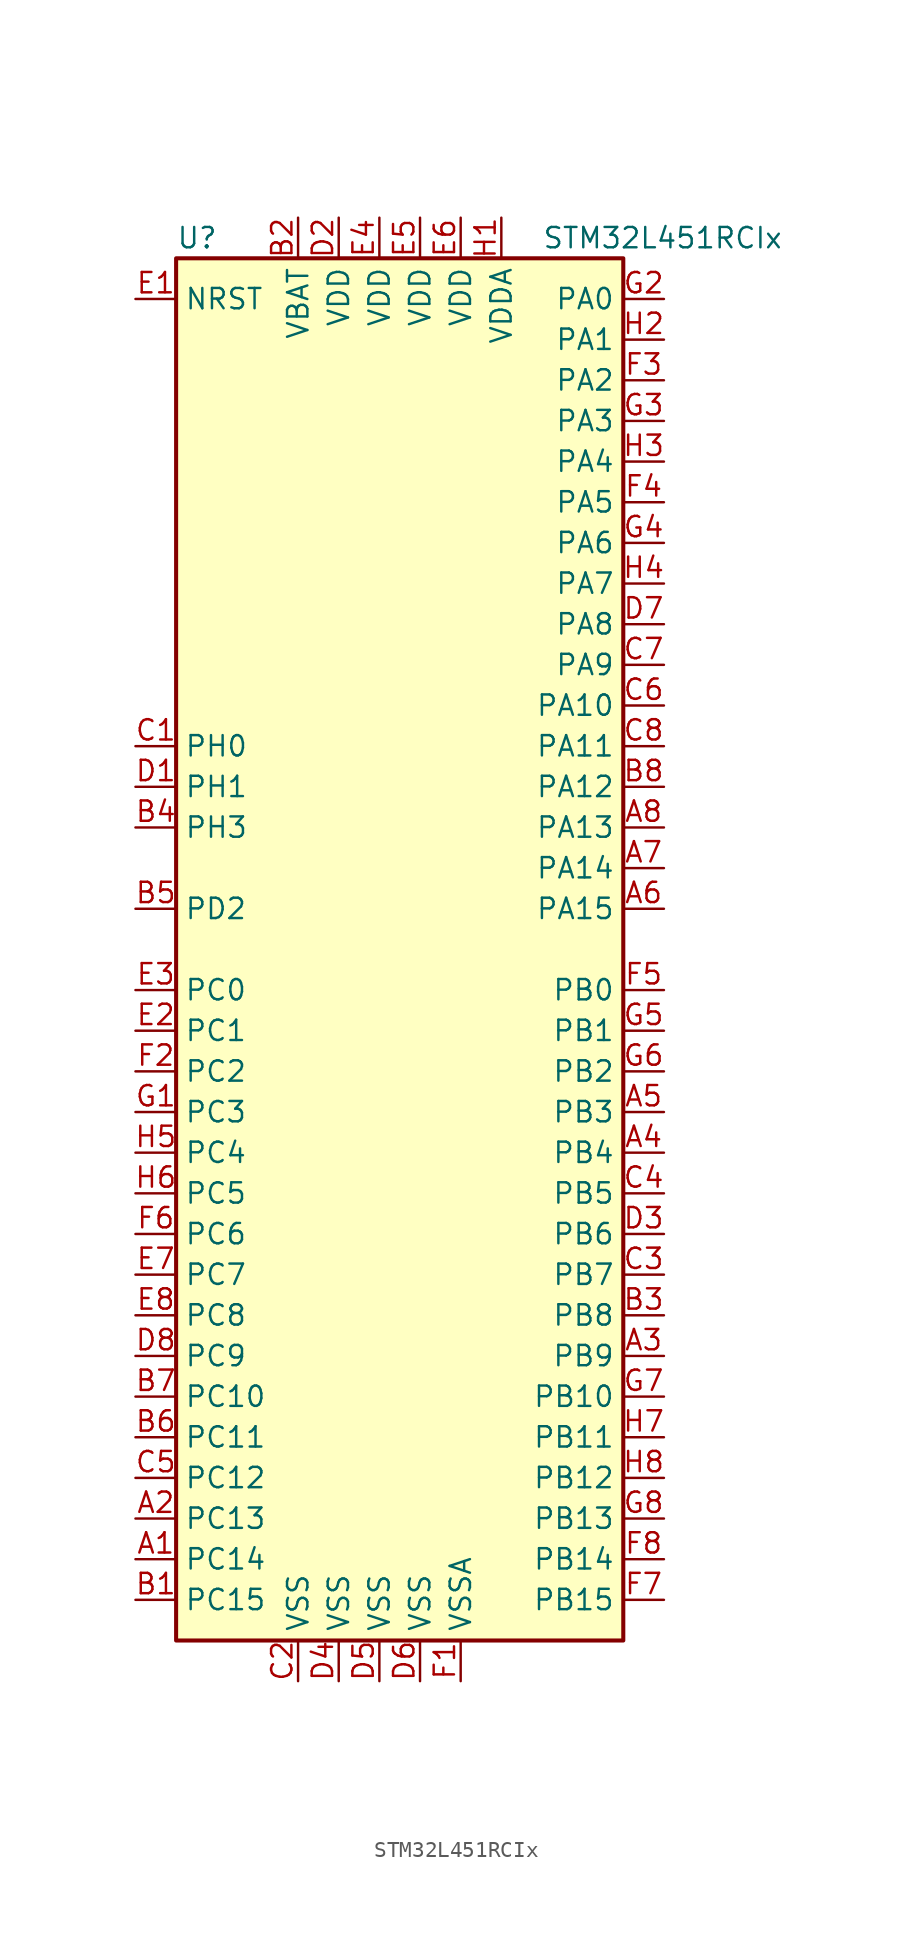
<source format=kicad_sym>
(kicad_symbol_lib
  (version 20201005)
  (generator kicad_symbol_editor)
  (symbol "STM32L451RCIx"
    (property "Reference" "U"
      (at -15.24 44.45 0)
      (effects (font (size 1.27 1.27)) (justify left)))
    (property "Value" "STM32L451RCIx"
      (at 7.62 44.45 0)
      (effects (font (size 1.27 1.27)) (justify left)))
    (symbol "STM32L451RCIx_0_1"
      (rectangle (start -15.24 -43.18) (end 12.7 43.18) (stroke (width 0.254)) (fill (type background))))
    (symbol "STM32L451RCIx_1_1"
      (pin bidirectional line (at -17.78 -38.1 0) (length 2.54) (name "PC14" (effects (font (size 1.27 1.27)))) (number "A1" (effects (font (size 1.27 1.27)))))
      (pin bidirectional line (at -17.78 -35.56 0) (length 2.54) (name "PC13" (effects (font (size 1.27 1.27)))) (number "A2" (effects (font (size 1.27 1.27)))))
      (pin bidirectional line (at 15.24 -25.4 180) (length 2.54) (name "PB9" (effects (font (size 1.27 1.27)))) (number "A3" (effects (font (size 1.27 1.27)))))
      (pin bidirectional line (at 15.24 -12.7 180) (length 2.54) (name "PB4" (effects (font (size 1.27 1.27)))) (number "A4" (effects (font (size 1.27 1.27)))))
      (pin bidirectional line (at 15.24 -10.16 180) (length 2.54) (name "PB3" (effects (font (size 1.27 1.27)))) (number "A5" (effects (font (size 1.27 1.27)))))
      (pin bidirectional line (at 15.24 2.54 180) (length 2.54) (name "PA15" (effects (font (size 1.27 1.27)))) (number "A6" (effects (font (size 1.27 1.27)))))
      (pin bidirectional line (at 15.24 5.08 180) (length 2.54) (name "PA14" (effects (font (size 1.27 1.27)))) (number "A7" (effects (font (size 1.27 1.27)))))
      (pin bidirectional line (at 15.24 7.62 180) (length 2.54) (name "PA13" (effects (font (size 1.27 1.27)))) (number "A8" (effects (font (size 1.27 1.27)))))
      (pin bidirectional line (at -17.78 -40.64 0) (length 2.54) (name "PC15" (effects (font (size 1.27 1.27)))) (number "B1" (effects (font (size 1.27 1.27)))))
      (pin power_in line (at -7.62 45.72 270) (length 2.54) (name "VBAT" (effects (font (size 1.27 1.27)))) (number "B2" (effects (font (size 1.27 1.27)))))
      (pin bidirectional line (at 15.24 -22.86 180) (length 2.54) (name "PB8" (effects (font (size 1.27 1.27)))) (number "B3" (effects (font (size 1.27 1.27)))))
      (pin bidirectional line (at -17.78 7.62 0) (length 2.54) (name "PH3" (effects (font (size 1.27 1.27)))) (number "B4" (effects (font (size 1.27 1.27)))))
      (pin bidirectional line (at -17.78 2.54 0) (length 2.54) (name "PD2" (effects (font (size 1.27 1.27)))) (number "B5" (effects (font (size 1.27 1.27)))))
      (pin bidirectional line (at -17.78 -30.48 0) (length 2.54) (name "PC11" (effects (font (size 1.27 1.27)))) (number "B6" (effects (font (size 1.27 1.27)))))
      (pin bidirectional line (at -17.78 -27.94 0) (length 2.54) (name "PC10" (effects (font (size 1.27 1.27)))) (number "B7" (effects (font (size 1.27 1.27)))))
      (pin bidirectional line (at 15.24 10.16 180) (length 2.54) (name "PA12" (effects (font (size 1.27 1.27)))) (number "B8" (effects (font (size 1.27 1.27)))))
      (pin input line (at -17.78 12.7 0) (length 2.54) (name "PH0" (effects (font (size 1.27 1.27)))) (number "C1" (effects (font (size 1.27 1.27)))))
      (pin power_in line (at -7.62 -45.72 90) (length 2.54) (name "VSS" (effects (font (size 1.27 1.27)))) (number "C2" (effects (font (size 1.27 1.27)))))
      (pin bidirectional line (at 15.24 -20.32 180) (length 2.54) (name "PB7" (effects (font (size 1.27 1.27)))) (number "C3" (effects (font (size 1.27 1.27)))))
      (pin bidirectional line (at 15.24 -15.24 180) (length 2.54) (name "PB5" (effects (font (size 1.27 1.27)))) (number "C4" (effects (font (size 1.27 1.27)))))
      (pin bidirectional line (at -17.78 -33.02 0) (length 2.54) (name "PC12" (effects (font (size 1.27 1.27)))) (number "C5" (effects (font (size 1.27 1.27)))))
      (pin bidirectional line (at 15.24 15.24 180) (length 2.54) (name "PA10" (effects (font (size 1.27 1.27)))) (number "C6" (effects (font (size 1.27 1.27)))))
      (pin bidirectional line (at 15.24 17.78 180) (length 2.54) (name "PA9" (effects (font (size 1.27 1.27)))) (number "C7" (effects (font (size 1.27 1.27)))))
      (pin bidirectional line (at 15.24 12.7 180) (length 2.54) (name "PA11" (effects (font (size 1.27 1.27)))) (number "C8" (effects (font (size 1.27 1.27)))))
      (pin input line (at -17.78 10.16 0) (length 2.54) (name "PH1" (effects (font (size 1.27 1.27)))) (number "D1" (effects (font (size 1.27 1.27)))))
      (pin power_in line (at -5.08 45.72 270) (length 2.54) (name "VDD" (effects (font (size 1.27 1.27)))) (number "D2" (effects (font (size 1.27 1.27)))))
      (pin bidirectional line (at 15.24 -17.78 180) (length 2.54) (name "PB6" (effects (font (size 1.27 1.27)))) (number "D3" (effects (font (size 1.27 1.27)))))
      (pin power_in line (at -5.08 -45.72 90) (length 2.54) (name "VSS" (effects (font (size 1.27 1.27)))) (number "D4" (effects (font (size 1.27 1.27)))))
      (pin power_in line (at -2.54 -45.72 90) (length 2.54) (name "VSS" (effects (font (size 1.27 1.27)))) (number "D5" (effects (font (size 1.27 1.27)))))
      (pin power_in line (at 0 -45.72 90) (length 2.54) (name "VSS" (effects (font (size 1.27 1.27)))) (number "D6" (effects (font (size 1.27 1.27)))))
      (pin bidirectional line (at 15.24 20.32 180) (length 2.54) (name "PA8" (effects (font (size 1.27 1.27)))) (number "D7" (effects (font (size 1.27 1.27)))))
      (pin bidirectional line (at -17.78 -25.4 0) (length 2.54) (name "PC9" (effects (font (size 1.27 1.27)))) (number "D8" (effects (font (size 1.27 1.27)))))
      (pin input line (at -17.78 40.64 0) (length 2.54) (name "NRST" (effects (font (size 1.27 1.27)))) (number "E1" (effects (font (size 1.27 1.27)))))
      (pin bidirectional line (at -17.78 -5.08 0) (length 2.54) (name "PC1" (effects (font (size 1.27 1.27)))) (number "E2" (effects (font (size 1.27 1.27)))))
      (pin bidirectional line (at -17.78 -2.54 0) (length 2.54) (name "PC0" (effects (font (size 1.27 1.27)))) (number "E3" (effects (font (size 1.27 1.27)))))
      (pin power_in line (at -2.54 45.72 270) (length 2.54) (name "VDD" (effects (font (size 1.27 1.27)))) (number "E4" (effects (font (size 1.27 1.27)))))
      (pin power_in line (at 0 45.72 270) (length 2.54) (name "VDD" (effects (font (size 1.27 1.27)))) (number "E5" (effects (font (size 1.27 1.27)))))
      (pin power_in line (at 2.54 45.72 270) (length 2.54) (name "VDD" (effects (font (size 1.27 1.27)))) (number "E6" (effects (font (size 1.27 1.27)))))
      (pin bidirectional line (at -17.78 -20.32 0) (length 2.54) (name "PC7" (effects (font (size 1.27 1.27)))) (number "E7" (effects (font (size 1.27 1.27)))))
      (pin bidirectional line (at -17.78 -22.86 0) (length 2.54) (name "PC8" (effects (font (size 1.27 1.27)))) (number "E8" (effects (font (size 1.27 1.27)))))
      (pin power_in line (at 2.54 -45.72 90) (length 2.54) (name "VSSA" (effects (font (size 1.27 1.27)))) (number "F1" (effects (font (size 1.27 1.27)))))
      (pin bidirectional line (at -17.78 -7.62 0) (length 2.54) (name "PC2" (effects (font (size 1.27 1.27)))) (number "F2" (effects (font (size 1.27 1.27)))))
      (pin bidirectional line (at 15.24 35.56 180) (length 2.54) (name "PA2" (effects (font (size 1.27 1.27)))) (number "F3" (effects (font (size 1.27 1.27)))))
      (pin bidirectional line (at 15.24 27.94 180) (length 2.54) (name "PA5" (effects (font (size 1.27 1.27)))) (number "F4" (effects (font (size 1.27 1.27)))))
      (pin bidirectional line (at 15.24 -2.54 180) (length 2.54) (name "PB0" (effects (font (size 1.27 1.27)))) (number "F5" (effects (font (size 1.27 1.27)))))
      (pin bidirectional line (at -17.78 -17.78 0) (length 2.54) (name "PC6" (effects (font (size 1.27 1.27)))) (number "F6" (effects (font (size 1.27 1.27)))))
      (pin bidirectional line (at 15.24 -40.64 180) (length 2.54) (name "PB15" (effects (font (size 1.27 1.27)))) (number "F7" (effects (font (size 1.27 1.27)))))
      (pin bidirectional line (at 15.24 -38.1 180) (length 2.54) (name "PB14" (effects (font (size 1.27 1.27)))) (number "F8" (effects (font (size 1.27 1.27)))))
      (pin bidirectional line (at -17.78 -10.16 0) (length 2.54) (name "PC3" (effects (font (size 1.27 1.27)))) (number "G1" (effects (font (size 1.27 1.27)))))
      (pin bidirectional line (at 15.24 40.64 180) (length 2.54) (name "PA0" (effects (font (size 1.27 1.27)))) (number "G2" (effects (font (size 1.27 1.27)))))
      (pin bidirectional line (at 15.24 33.02 180) (length 2.54) (name "PA3" (effects (font (size 1.27 1.27)))) (number "G3" (effects (font (size 1.27 1.27)))))
      (pin bidirectional line (at 15.24 25.4 180) (length 2.54) (name "PA6" (effects (font (size 1.27 1.27)))) (number "G4" (effects (font (size 1.27 1.27)))))
      (pin bidirectional line (at 15.24 -5.08 180) (length 2.54) (name "PB1" (effects (font (size 1.27 1.27)))) (number "G5" (effects (font (size 1.27 1.27)))))
      (pin bidirectional line (at 15.24 -7.62 180) (length 2.54) (name "PB2" (effects (font (size 1.27 1.27)))) (number "G6" (effects (font (size 1.27 1.27)))))
      (pin bidirectional line (at 15.24 -27.94 180) (length 2.54) (name "PB10" (effects (font (size 1.27 1.27)))) (number "G7" (effects (font (size 1.27 1.27)))))
      (pin bidirectional line (at 15.24 -35.56 180) (length 2.54) (name "PB13" (effects (font (size 1.27 1.27)))) (number "G8" (effects (font (size 1.27 1.27)))))
      (pin power_in line (at 5.08 45.72 270) (length 2.54) (name "VDDA" (effects (font (size 1.27 1.27)))) (number "H1" (effects (font (size 1.27 1.27)))))
      (pin bidirectional line (at 15.24 38.1 180) (length 2.54) (name "PA1" (effects (font (size 1.27 1.27)))) (number "H2" (effects (font (size 1.27 1.27)))))
      (pin bidirectional line (at 15.24 30.48 180) (length 2.54) (name "PA4" (effects (font (size 1.27 1.27)))) (number "H3" (effects (font (size 1.27 1.27)))))
      (pin bidirectional line (at 15.24 22.86 180) (length 2.54) (name "PA7" (effects (font (size 1.27 1.27)))) (number "H4" (effects (font (size 1.27 1.27)))))
      (pin bidirectional line (at -17.78 -12.7 0) (length 2.54) (name "PC4" (effects (font (size 1.27 1.27)))) (number "H5" (effects (font (size 1.27 1.27)))))
      (pin bidirectional line (at -17.78 -15.24 0) (length 2.54) (name "PC5" (effects (font (size 1.27 1.27)))) (number "H6" (effects (font (size 1.27 1.27)))))
      (pin bidirectional line (at 15.24 -30.48 180) (length 2.54) (name "PB11" (effects (font (size 1.27 1.27)))) (number "H7" (effects (font (size 1.27 1.27)))))
      (pin bidirectional line (at 15.24 -33.02 180) (length 2.54) (name "PB12" (effects (font (size 1.27 1.27)))) (number "H8" (effects (font (size 1.27 1.27))))))))
</source>
